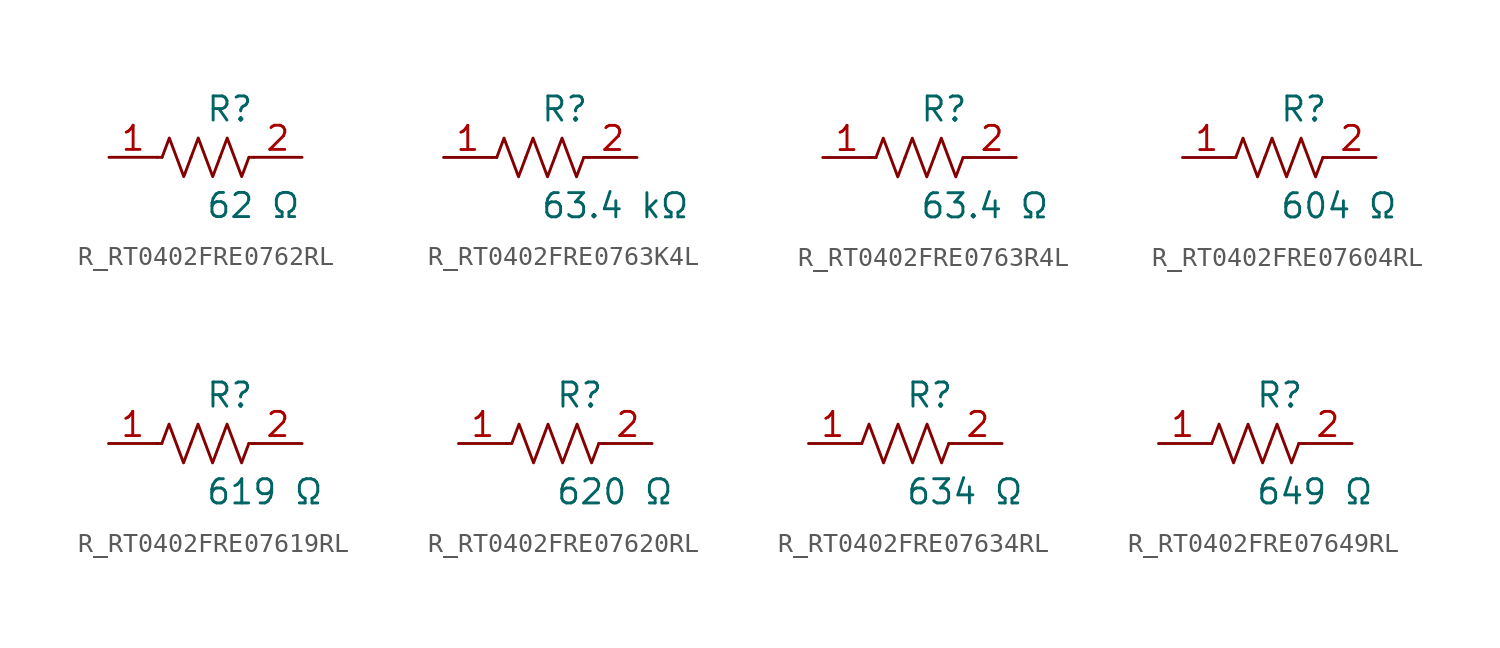
<source format=kicad_sym>
(kicad_symbol_lib
  (version 20231120)
  (generator kicad_symbol_editor)
  (generator_version 8.0)
  (symbol "R_RT0402FRE0762RL"
    (pin_names
      (offset 0.254))
    (property "Reference" "R"
      (at 0.0 2.54 0)
      (effects (font (size 1.27 1.27)) (justify left)))
    (property "Value" "62 Ω"
      (at 0.0 -2.54 0)
      (effects (font (size 1.27 1.27)) (justify left)))
    (symbol "R_RT0402FRE0762RL_0_1"
      (polyline (pts (xy 2.286 0) (xy 2.54 0)) (stroke (width 0) (type default)) (fill (type none)))
      (polyline (pts (xy -2.286 0) (xy -2.54 0)) (stroke (width 0) (type default)) (fill (type none)))
      (polyline (pts (xy 0.762 0) (xy 1.143 1.016) (xy 1.524 0) (xy 1.905 -1.016) (xy 2.286 0)) (stroke (width 0) (type default)) (fill (type none)))
      (polyline (pts (xy -0.762 0) (xy -0.381 1.016) (xy 0 0) (xy 0.381 -1.016) (xy 0.762 0)) (stroke (width 0) (type default)) (fill (type none)))
      (polyline (pts (xy -2.286 0) (xy -1.905 1.016) (xy -1.524 0) (xy -1.143 -1.016) (xy -0.762 0)) (stroke (width 0) (type default)) (fill (type none))))
    (pin unspecified line
      (at -5.08 0 0)
      (length 2.54)
      (name "" (effects (font (size 1.27 1.27))))
      (number "1" (effects (font (size 1.27 1.27)))))
    (pin unspecified line
      (at 5.08 0 180)
      (length 2.54)
      (name "" (effects (font (size 1.27 1.27))))
      (number "2" (effects (font (size 1.27 1.27))))))
  (symbol "R_RT0402FRE0763K4L"
    (pin_names
      (offset 0.254))
    (property "Reference" "R"
      (at 0.0 2.54 0)
      (effects (font (size 1.27 1.27)) (justify left)))
    (property "Value" "63.4 kΩ"
      (at 0.0 -2.54 0)
      (effects (font (size 1.27 1.27)) (justify left)))
    (symbol "R_RT0402FRE0763K4L_0_1"
      (polyline (pts (xy 2.286 0) (xy 2.54 0)) (stroke (width 0) (type default)) (fill (type none)))
      (polyline (pts (xy -2.286 0) (xy -2.54 0)) (stroke (width 0) (type default)) (fill (type none)))
      (polyline (pts (xy 0.762 0) (xy 1.143 1.016) (xy 1.524 0) (xy 1.905 -1.016) (xy 2.286 0)) (stroke (width 0) (type default)) (fill (type none)))
      (polyline (pts (xy -0.762 0) (xy -0.381 1.016) (xy 0 0) (xy 0.381 -1.016) (xy 0.762 0)) (stroke (width 0) (type default)) (fill (type none)))
      (polyline (pts (xy -2.286 0) (xy -1.905 1.016) (xy -1.524 0) (xy -1.143 -1.016) (xy -0.762 0)) (stroke (width 0) (type default)) (fill (type none))))
    (pin unspecified line
      (at -5.08 0 0)
      (length 2.54)
      (name "" (effects (font (size 1.27 1.27))))
      (number "1" (effects (font (size 1.27 1.27)))))
    (pin unspecified line
      (at 5.08 0 180)
      (length 2.54)
      (name "" (effects (font (size 1.27 1.27))))
      (number "2" (effects (font (size 1.27 1.27))))))
  (symbol "R_RT0402FRE0763R4L"
    (pin_names
      (offset 0.254))
    (property "Reference" "R"
      (at 0.0 2.54 0)
      (effects (font (size 1.27 1.27)) (justify left)))
    (property "Value" "63.4 Ω"
      (at 0.0 -2.54 0)
      (effects (font (size 1.27 1.27)) (justify left)))
    (symbol "R_RT0402FRE0763R4L_0_1"
      (polyline (pts (xy 2.286 0) (xy 2.54 0)) (stroke (width 0) (type default)) (fill (type none)))
      (polyline (pts (xy -2.286 0) (xy -2.54 0)) (stroke (width 0) (type default)) (fill (type none)))
      (polyline (pts (xy 0.762 0) (xy 1.143 1.016) (xy 1.524 0) (xy 1.905 -1.016) (xy 2.286 0)) (stroke (width 0) (type default)) (fill (type none)))
      (polyline (pts (xy -0.762 0) (xy -0.381 1.016) (xy 0 0) (xy 0.381 -1.016) (xy 0.762 0)) (stroke (width 0) (type default)) (fill (type none)))
      (polyline (pts (xy -2.286 0) (xy -1.905 1.016) (xy -1.524 0) (xy -1.143 -1.016) (xy -0.762 0)) (stroke (width 0) (type default)) (fill (type none))))
    (pin unspecified line
      (at -5.08 0 0)
      (length 2.54)
      (name "" (effects (font (size 1.27 1.27))))
      (number "1" (effects (font (size 1.27 1.27)))))
    (pin unspecified line
      (at 5.08 0 180)
      (length 2.54)
      (name "" (effects (font (size 1.27 1.27))))
      (number "2" (effects (font (size 1.27 1.27))))))
  (symbol "R_RT0402FRE07604RL"
    (pin_names
      (offset 0.254))
    (property "Reference" "R"
      (at 0.0 2.54 0)
      (effects (font (size 1.27 1.27)) (justify left)))
    (property "Value" "604 Ω"
      (at 0.0 -2.54 0)
      (effects (font (size 1.27 1.27)) (justify left)))
    (symbol "R_RT0402FRE07604RL_0_1"
      (polyline (pts (xy 2.286 0) (xy 2.54 0)) (stroke (width 0) (type default)) (fill (type none)))
      (polyline (pts (xy -2.286 0) (xy -2.54 0)) (stroke (width 0) (type default)) (fill (type none)))
      (polyline (pts (xy 0.762 0) (xy 1.143 1.016) (xy 1.524 0) (xy 1.905 -1.016) (xy 2.286 0)) (stroke (width 0) (type default)) (fill (type none)))
      (polyline (pts (xy -0.762 0) (xy -0.381 1.016) (xy 0 0) (xy 0.381 -1.016) (xy 0.762 0)) (stroke (width 0) (type default)) (fill (type none)))
      (polyline (pts (xy -2.286 0) (xy -1.905 1.016) (xy -1.524 0) (xy -1.143 -1.016) (xy -0.762 0)) (stroke (width 0) (type default)) (fill (type none))))
    (pin unspecified line
      (at -5.08 0 0)
      (length 2.54)
      (name "" (effects (font (size 1.27 1.27))))
      (number "1" (effects (font (size 1.27 1.27)))))
    (pin unspecified line
      (at 5.08 0 180)
      (length 2.54)
      (name "" (effects (font (size 1.27 1.27))))
      (number "2" (effects (font (size 1.27 1.27))))))
  (symbol "R_RT0402FRE07619RL"
    (pin_names
      (offset 0.254))
    (property "Reference" "R"
      (at 0.0 2.54 0)
      (effects (font (size 1.27 1.27)) (justify left)))
    (property "Value" "619 Ω"
      (at 0.0 -2.54 0)
      (effects (font (size 1.27 1.27)) (justify left)))
    (symbol "R_RT0402FRE07619RL_0_1"
      (polyline (pts (xy 2.286 0) (xy 2.54 0)) (stroke (width 0) (type default)) (fill (type none)))
      (polyline (pts (xy -2.286 0) (xy -2.54 0)) (stroke (width 0) (type default)) (fill (type none)))
      (polyline (pts (xy 0.762 0) (xy 1.143 1.016) (xy 1.524 0) (xy 1.905 -1.016) (xy 2.286 0)) (stroke (width 0) (type default)) (fill (type none)))
      (polyline (pts (xy -0.762 0) (xy -0.381 1.016) (xy 0 0) (xy 0.381 -1.016) (xy 0.762 0)) (stroke (width 0) (type default)) (fill (type none)))
      (polyline (pts (xy -2.286 0) (xy -1.905 1.016) (xy -1.524 0) (xy -1.143 -1.016) (xy -0.762 0)) (stroke (width 0) (type default)) (fill (type none))))
    (pin unspecified line
      (at -5.08 0 0)
      (length 2.54)
      (name "" (effects (font (size 1.27 1.27))))
      (number "1" (effects (font (size 1.27 1.27)))))
    (pin unspecified line
      (at 5.08 0 180)
      (length 2.54)
      (name "" (effects (font (size 1.27 1.27))))
      (number "2" (effects (font (size 1.27 1.27))))))
  (symbol "R_RT0402FRE07620RL"
    (pin_names
      (offset 0.254))
    (property "Reference" "R"
      (at 0.0 2.54 0)
      (effects (font (size 1.27 1.27)) (justify left)))
    (property "Value" "620 Ω"
      (at 0.0 -2.54 0)
      (effects (font (size 1.27 1.27)) (justify left)))
    (symbol "R_RT0402FRE07620RL_0_1"
      (polyline (pts (xy 2.286 0) (xy 2.54 0)) (stroke (width 0) (type default)) (fill (type none)))
      (polyline (pts (xy -2.286 0) (xy -2.54 0)) (stroke (width 0) (type default)) (fill (type none)))
      (polyline (pts (xy 0.762 0) (xy 1.143 1.016) (xy 1.524 0) (xy 1.905 -1.016) (xy 2.286 0)) (stroke (width 0) (type default)) (fill (type none)))
      (polyline (pts (xy -0.762 0) (xy -0.381 1.016) (xy 0 0) (xy 0.381 -1.016) (xy 0.762 0)) (stroke (width 0) (type default)) (fill (type none)))
      (polyline (pts (xy -2.286 0) (xy -1.905 1.016) (xy -1.524 0) (xy -1.143 -1.016) (xy -0.762 0)) (stroke (width 0) (type default)) (fill (type none))))
    (pin unspecified line
      (at -5.08 0 0)
      (length 2.54)
      (name "" (effects (font (size 1.27 1.27))))
      (number "1" (effects (font (size 1.27 1.27)))))
    (pin unspecified line
      (at 5.08 0 180)
      (length 2.54)
      (name "" (effects (font (size 1.27 1.27))))
      (number "2" (effects (font (size 1.27 1.27))))))
  (symbol "R_RT0402FRE07634RL"
    (pin_names
      (offset 0.254))
    (property "Reference" "R"
      (at 0.0 2.54 0)
      (effects (font (size 1.27 1.27)) (justify left)))
    (property "Value" "634 Ω"
      (at 0.0 -2.54 0)
      (effects (font (size 1.27 1.27)) (justify left)))
    (symbol "R_RT0402FRE07634RL_0_1"
      (polyline (pts (xy 2.286 0) (xy 2.54 0)) (stroke (width 0) (type default)) (fill (type none)))
      (polyline (pts (xy -2.286 0) (xy -2.54 0)) (stroke (width 0) (type default)) (fill (type none)))
      (polyline (pts (xy 0.762 0) (xy 1.143 1.016) (xy 1.524 0) (xy 1.905 -1.016) (xy 2.286 0)) (stroke (width 0) (type default)) (fill (type none)))
      (polyline (pts (xy -0.762 0) (xy -0.381 1.016) (xy 0 0) (xy 0.381 -1.016) (xy 0.762 0)) (stroke (width 0) (type default)) (fill (type none)))
      (polyline (pts (xy -2.286 0) (xy -1.905 1.016) (xy -1.524 0) (xy -1.143 -1.016) (xy -0.762 0)) (stroke (width 0) (type default)) (fill (type none))))
    (pin unspecified line
      (at -5.08 0 0)
      (length 2.54)
      (name "" (effects (font (size 1.27 1.27))))
      (number "1" (effects (font (size 1.27 1.27)))))
    (pin unspecified line
      (at 5.08 0 180)
      (length 2.54)
      (name "" (effects (font (size 1.27 1.27))))
      (number "2" (effects (font (size 1.27 1.27))))))
  (symbol "R_RT0402FRE07649RL"
    (pin_names
      (offset 0.254))
    (property "Reference" "R"
      (at 0.0 2.54 0)
      (effects (font (size 1.27 1.27)) (justify left)))
    (property "Value" "649 Ω"
      (at 0.0 -2.54 0)
      (effects (font (size 1.27 1.27)) (justify left)))
    (symbol "R_RT0402FRE07649RL_0_1"
      (polyline (pts (xy 2.286 0) (xy 2.54 0)) (stroke (width 0) (type default)) (fill (type none)))
      (polyline (pts (xy -2.286 0) (xy -2.54 0)) (stroke (width 0) (type default)) (fill (type none)))
      (polyline (pts (xy 0.762 0) (xy 1.143 1.016) (xy 1.524 0) (xy 1.905 -1.016) (xy 2.286 0)) (stroke (width 0) (type default)) (fill (type none)))
      (polyline (pts (xy -0.762 0) (xy -0.381 1.016) (xy 0 0) (xy 0.381 -1.016) (xy 0.762 0)) (stroke (width 0) (type default)) (fill (type none)))
      (polyline (pts (xy -2.286 0) (xy -1.905 1.016) (xy -1.524 0) (xy -1.143 -1.016) (xy -0.762 0)) (stroke (width 0) (type default)) (fill (type none))))
    (pin unspecified line
      (at -5.08 0 0)
      (length 2.54)
      (name "" (effects (font (size 1.27 1.27))))
      (number "1" (effects (font (size 1.27 1.27)))))
    (pin unspecified line
      (at 5.08 0 180)
      (length 2.54)
      (name "" (effects (font (size 1.27 1.27))))
      (number "2" (effects (font (size 1.27 1.27)))))))
</source>
